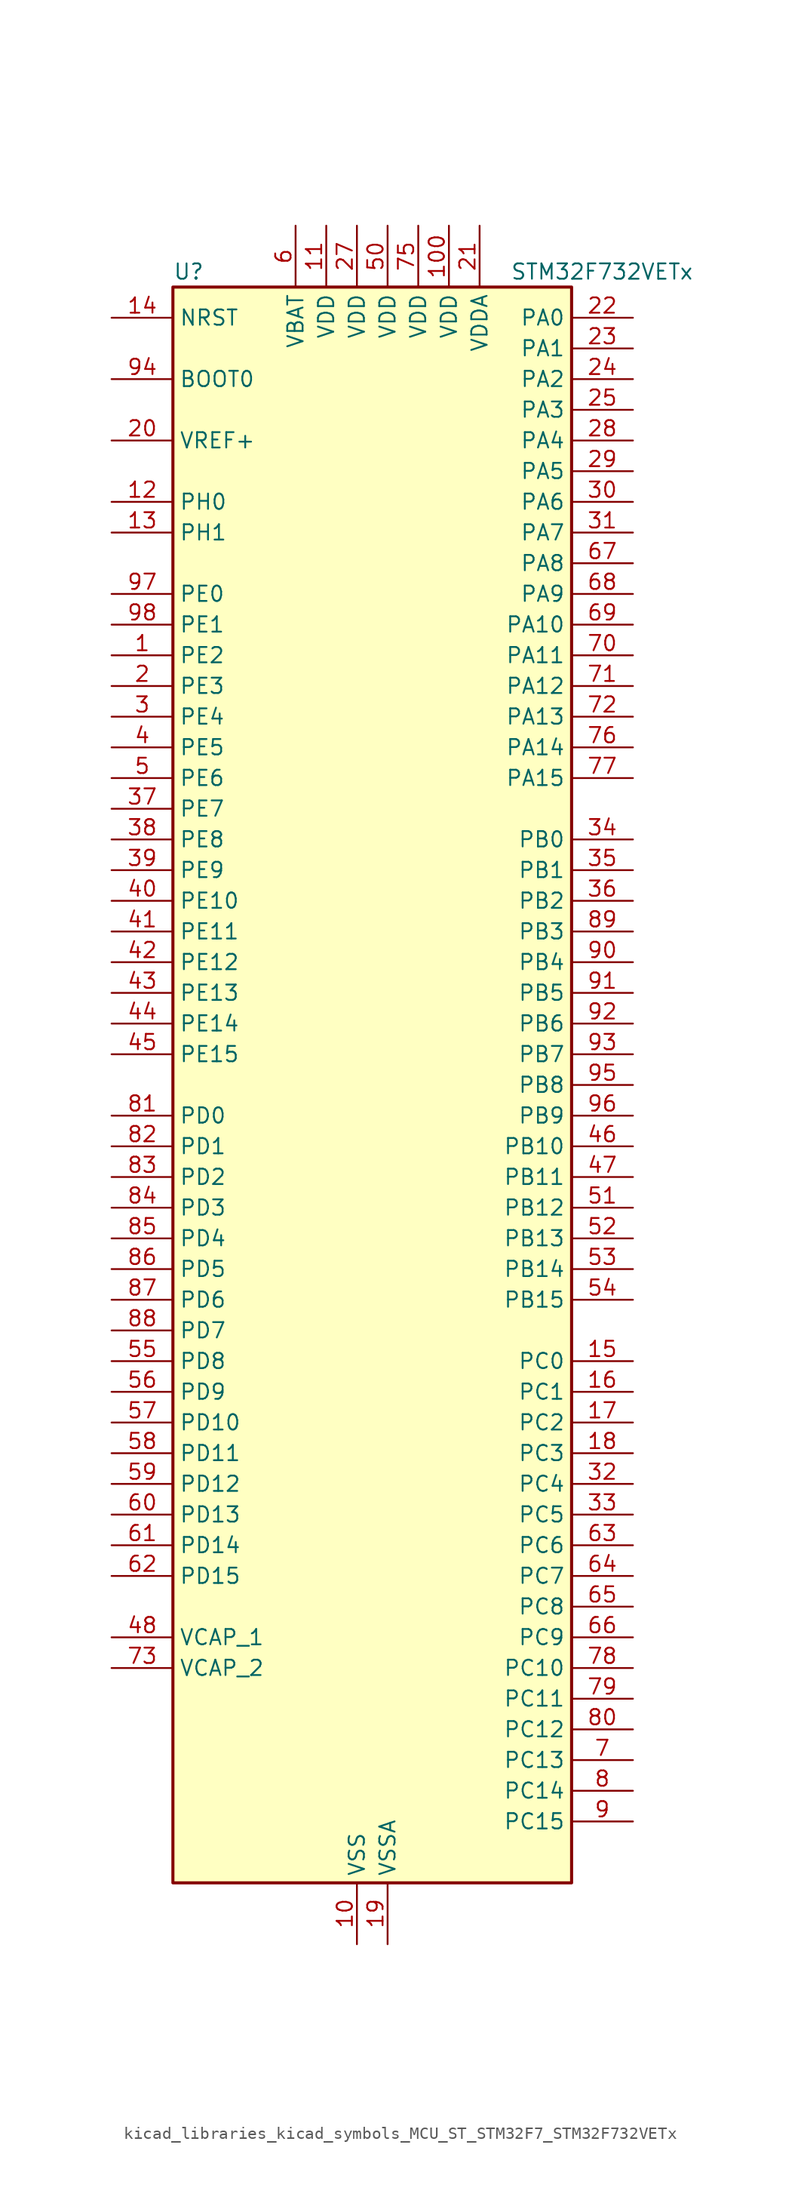
<source format=kicad_sym>
(kicad_symbol_lib
  (version 20220914)
  (generator kicad_symbol_editor)
  (symbol "kicad_libraries_kicad_symbols_MCU_ST_STM32F7_STM32F732VETx"
    (property "Reference" "U"
      (at -15.24 67.31 0)
      (effects (font (size 1.27 1.27)) (justify left)))
    (property "Value" "STM32F732VETx"
      (at 12.7 67.31 0)
      (effects (font (size 1.27 1.27)) (justify left)))
    (property "ki_locked" ""
      (at 0 0 0)
      (effects (font (size 1.27 1.27))))
    (symbol "kicad_libraries_kicad_symbols_MCU_ST_STM32F7_STM32F732VETx_0_1"
      (rectangle (start -15.24 -66.04) (end 17.78 66.04) (stroke (width 0.254) (type default)) (fill (type background))))
    (symbol "kicad_libraries_kicad_symbols_MCU_ST_STM32F7_STM32F732VETx_1_1"
      (pin bidirectional line (at -20.32 35.56 0) (length 5.08) (name "PE2" (effects (font (size 1.27 1.27)))) (number "1" (effects (font (size 1.27 1.27)))) (alternate "FMC_A23" bidirectional line) (alternate "QUADSPI_BK1_IO2" bidirectional line) (alternate "SAI1_MCLK_A" bidirectional line) (alternate "SPI4_SCK" bidirectional line) (alternate "SYS_TRACECLK" bidirectional line))
      (pin power_in line (at 0 -71.12 90) (length 5.08) (name "VSS" (effects (font (size 1.27 1.27)))) (number "10" (effects (font (size 1.27 1.27)))))
      (pin power_in line (at 7.62 71.12 270) (length 5.08) (name "VDD" (effects (font (size 1.27 1.27)))) (number "100" (effects (font (size 1.27 1.27)))))
      (pin power_in line (at -2.54 71.12 270) (length 5.08) (name "VDD" (effects (font (size 1.27 1.27)))) (number "11" (effects (font (size 1.27 1.27)))))
      (pin bidirectional line (at -20.32 48.26 0) (length 5.08) (name "PH0" (effects (font (size 1.27 1.27)))) (number "12" (effects (font (size 1.27 1.27)))) (alternate "RCC_OSC_IN" bidirectional line))
      (pin bidirectional line (at -20.32 45.72 0) (length 5.08) (name "PH1" (effects (font (size 1.27 1.27)))) (number "13" (effects (font (size 1.27 1.27)))) (alternate "RCC_OSC_OUT" bidirectional line))
      (pin input line (at -20.32 63.5 0) (length 5.08) (name "NRST" (effects (font (size 1.27 1.27)))) (number "14" (effects (font (size 1.27 1.27)))))
      (pin bidirectional line (at 22.86 -22.86 180) (length 5.08) (name "PC0" (effects (font (size 1.27 1.27)))) (number "15" (effects (font (size 1.27 1.27)))) (alternate "ADC1_IN10" bidirectional line) (alternate "ADC2_IN10" bidirectional line) (alternate "ADC3_IN10" bidirectional line) (alternate "FMC_SDNWE" bidirectional line) (alternate "SAI2_FS_B" bidirectional line) (alternate "USB_OTG_HS_ULPI_STP" bidirectional line))
      (pin bidirectional line (at 22.86 -25.4 180) (length 5.08) (name "PC1" (effects (font (size 1.27 1.27)))) (number "16" (effects (font (size 1.27 1.27)))) (alternate "ADC1_IN11" bidirectional line) (alternate "ADC2_IN11" bidirectional line) (alternate "ADC3_IN11" bidirectional line) (alternate "I2S2_SD" bidirectional line) (alternate "RTC_TAMP3" bidirectional line) (alternate "RTC_TS" bidirectional line) (alternate "SAI1_SD_A" bidirectional line) (alternate "SPI2_MOSI" bidirectional line) (alternate "SYS_TRACED0" bidirectional line) (alternate "SYS_WKUP3" bidirectional line))
      (pin bidirectional line (at 22.86 -27.94 180) (length 5.08) (name "PC2" (effects (font (size 1.27 1.27)))) (number "17" (effects (font (size 1.27 1.27)))) (alternate "ADC1_IN12" bidirectional line) (alternate "ADC2_IN12" bidirectional line) (alternate "ADC3_IN12" bidirectional line) (alternate "FMC_SDNE0" bidirectional line) (alternate "SPI2_MISO" bidirectional line) (alternate "USB_OTG_HS_ULPI_DIR" bidirectional line))
      (pin bidirectional line (at 22.86 -30.48 180) (length 5.08) (name "PC3" (effects (font (size 1.27 1.27)))) (number "18" (effects (font (size 1.27 1.27)))) (alternate "ADC1_IN13" bidirectional line) (alternate "ADC2_IN13" bidirectional line) (alternate "ADC3_IN13" bidirectional line) (alternate "FMC_SDCKE0" bidirectional line) (alternate "I2S2_SD" bidirectional line) (alternate "SPI2_MOSI" bidirectional line) (alternate "USB_OTG_HS_ULPI_NXT" bidirectional line))
      (pin power_in line (at 2.54 -71.12 90) (length 5.08) (name "VSSA" (effects (font (size 1.27 1.27)))) (number "19" (effects (font (size 1.27 1.27)))))
      (pin bidirectional line (at -20.32 33.02 0) (length 5.08) (name "PE3" (effects (font (size 1.27 1.27)))) (number "2" (effects (font (size 1.27 1.27)))) (alternate "FMC_A19" bidirectional line) (alternate "SAI1_SD_B" bidirectional line) (alternate "SYS_TRACED0" bidirectional line))
      (pin input line (at -20.32 53.34 0) (length 5.08) (name "VREF+" (effects (font (size 1.27 1.27)))) (number "20" (effects (font (size 1.27 1.27)))))
      (pin power_in line (at 10.16 71.12 270) (length 5.08) (name "VDDA" (effects (font (size 1.27 1.27)))) (number "21" (effects (font (size 1.27 1.27)))))
      (pin bidirectional line (at 22.86 63.5 180) (length 5.08) (name "PA0" (effects (font (size 1.27 1.27)))) (number "22" (effects (font (size 1.27 1.27)))) (alternate "ADC1_IN0" bidirectional line) (alternate "ADC2_IN0" bidirectional line) (alternate "ADC3_IN0" bidirectional line) (alternate "SAI2_SD_B" bidirectional line) (alternate "SYS_WKUP1" bidirectional line) (alternate "TIM2_CH1" bidirectional line) (alternate "TIM2_ETR" bidirectional line) (alternate "TIM5_CH1" bidirectional line) (alternate "TIM8_ETR" bidirectional line) (alternate "UART4_TX" bidirectional line) (alternate "USART2_CTS" bidirectional line))
      (pin bidirectional line (at 22.86 60.96 180) (length 5.08) (name "PA1" (effects (font (size 1.27 1.27)))) (number "23" (effects (font (size 1.27 1.27)))) (alternate "ADC1_IN1" bidirectional line) (alternate "ADC2_IN1" bidirectional line) (alternate "ADC3_IN1" bidirectional line) (alternate "QUADSPI_BK1_IO3" bidirectional line) (alternate "SAI2_MCLK_B" bidirectional line) (alternate "TIM2_CH2" bidirectional line) (alternate "TIM5_CH2" bidirectional line) (alternate "UART4_RX" bidirectional line) (alternate "USART2_DE" bidirectional line) (alternate "USART2_RTS" bidirectional line))
      (pin bidirectional line (at 22.86 58.42 180) (length 5.08) (name "PA2" (effects (font (size 1.27 1.27)))) (number "24" (effects (font (size 1.27 1.27)))) (alternate "ADC1_IN2" bidirectional line) (alternate "ADC2_IN2" bidirectional line) (alternate "ADC3_IN2" bidirectional line) (alternate "SAI2_SCK_B" bidirectional line) (alternate "SYS_WKUP2" bidirectional line) (alternate "TIM2_CH3" bidirectional line) (alternate "TIM5_CH3" bidirectional line) (alternate "TIM9_CH1" bidirectional line) (alternate "USART2_TX" bidirectional line))
      (pin bidirectional line (at 22.86 55.88 180) (length 5.08) (name "PA3" (effects (font (size 1.27 1.27)))) (number "25" (effects (font (size 1.27 1.27)))) (alternate "ADC1_IN3" bidirectional line) (alternate "ADC2_IN3" bidirectional line) (alternate "ADC3_IN3" bidirectional line) (alternate "TIM2_CH4" bidirectional line) (alternate "TIM5_CH4" bidirectional line) (alternate "TIM9_CH2" bidirectional line) (alternate "USART2_RX" bidirectional line) (alternate "USB_OTG_HS_ULPI_D0" bidirectional line))
      (pin passive line (at 0 -71.12 90) (length 5.08) hide (name "VSS" (effects (font (size 1.27 1.27)))) (number "26" (effects (font (size 1.27 1.27)))))
      (pin power_in line (at 0 71.12 270) (length 5.08) (name "VDD" (effects (font (size 1.27 1.27)))) (number "27" (effects (font (size 1.27 1.27)))))
      (pin bidirectional line (at 22.86 53.34 180) (length 5.08) (name "PA4" (effects (font (size 1.27 1.27)))) (number "28" (effects (font (size 1.27 1.27)))) (alternate "ADC1_IN4" bidirectional line) (alternate "ADC2_IN4" bidirectional line) (alternate "DAC_OUT1" bidirectional line) (alternate "I2S1_WS" bidirectional line) (alternate "I2S3_WS" bidirectional line) (alternate "SPI1_NSS" bidirectional line) (alternate "SPI3_NSS" bidirectional line) (alternate "USART2_CK" bidirectional line) (alternate "USB_OTG_HS_SOF" bidirectional line))
      (pin bidirectional line (at 22.86 50.8 180) (length 5.08) (name "PA5" (effects (font (size 1.27 1.27)))) (number "29" (effects (font (size 1.27 1.27)))) (alternate "ADC1_IN5" bidirectional line) (alternate "ADC2_IN5" bidirectional line) (alternate "DAC_OUT2" bidirectional line) (alternate "I2S1_CK" bidirectional line) (alternate "SPI1_SCK" bidirectional line) (alternate "TIM2_CH1" bidirectional line) (alternate "TIM2_ETR" bidirectional line) (alternate "TIM8_CH1N" bidirectional line) (alternate "USB_OTG_HS_ULPI_CK" bidirectional line))
      (pin bidirectional line (at -20.32 30.48 0) (length 5.08) (name "PE4" (effects (font (size 1.27 1.27)))) (number "3" (effects (font (size 1.27 1.27)))) (alternate "FMC_A20" bidirectional line) (alternate "SAI1_FS_A" bidirectional line) (alternate "SPI4_NSS" bidirectional line) (alternate "SYS_TRACED1" bidirectional line))
      (pin bidirectional line (at 22.86 48.26 180) (length 5.08) (name "PA6" (effects (font (size 1.27 1.27)))) (number "30" (effects (font (size 1.27 1.27)))) (alternate "ADC1_IN6" bidirectional line) (alternate "ADC2_IN6" bidirectional line) (alternate "SPI1_MISO" bidirectional line) (alternate "TIM13_CH1" bidirectional line) (alternate "TIM1_BKIN" bidirectional line) (alternate "TIM3_CH1" bidirectional line) (alternate "TIM8_BKIN" bidirectional line))
      (pin bidirectional line (at 22.86 45.72 180) (length 5.08) (name "PA7" (effects (font (size 1.27 1.27)))) (number "31" (effects (font (size 1.27 1.27)))) (alternate "ADC1_IN7" bidirectional line) (alternate "ADC2_IN7" bidirectional line) (alternate "FMC_SDNWE" bidirectional line) (alternate "I2S1_SD" bidirectional line) (alternate "SPI1_MOSI" bidirectional line) (alternate "TIM14_CH1" bidirectional line) (alternate "TIM1_CH1N" bidirectional line) (alternate "TIM3_CH2" bidirectional line) (alternate "TIM8_CH1N" bidirectional line))
      (pin bidirectional line (at 22.86 -33.02 180) (length 5.08) (name "PC4" (effects (font (size 1.27 1.27)))) (number "32" (effects (font (size 1.27 1.27)))) (alternate "ADC1_IN14" bidirectional line) (alternate "ADC2_IN14" bidirectional line) (alternate "FMC_SDNE0" bidirectional line) (alternate "I2S1_MCK" bidirectional line))
      (pin bidirectional line (at 22.86 -35.56 180) (length 5.08) (name "PC5" (effects (font (size 1.27 1.27)))) (number "33" (effects (font (size 1.27 1.27)))) (alternate "ADC1_IN15" bidirectional line) (alternate "ADC2_IN15" bidirectional line) (alternate "FMC_SDCKE0" bidirectional line))
      (pin bidirectional line (at 22.86 20.32 180) (length 5.08) (name "PB0" (effects (font (size 1.27 1.27)))) (number "34" (effects (font (size 1.27 1.27)))) (alternate "ADC1_IN8" bidirectional line) (alternate "ADC2_IN8" bidirectional line) (alternate "TIM1_CH2N" bidirectional line) (alternate "TIM3_CH3" bidirectional line) (alternate "TIM8_CH2N" bidirectional line) (alternate "UART4_CTS" bidirectional line) (alternate "USB_OTG_HS_ULPI_D1" bidirectional line))
      (pin bidirectional line (at 22.86 17.78 180) (length 5.08) (name "PB1" (effects (font (size 1.27 1.27)))) (number "35" (effects (font (size 1.27 1.27)))) (alternate "ADC1_IN9" bidirectional line) (alternate "ADC2_IN9" bidirectional line) (alternate "TIM1_CH3N" bidirectional line) (alternate "TIM3_CH4" bidirectional line) (alternate "TIM8_CH3N" bidirectional line) (alternate "USB_OTG_HS_ULPI_D2" bidirectional line))
      (pin bidirectional line (at 22.86 15.24 180) (length 5.08) (name "PB2" (effects (font (size 1.27 1.27)))) (number "36" (effects (font (size 1.27 1.27)))) (alternate "I2S3_SD" bidirectional line) (alternate "QUADSPI_CLK" bidirectional line) (alternate "SAI1_SD_A" bidirectional line) (alternate "SPI3_MOSI" bidirectional line))
      (pin bidirectional line (at -20.32 22.86 0) (length 5.08) (name "PE7" (effects (font (size 1.27 1.27)))) (number "37" (effects (font (size 1.27 1.27)))) (alternate "FMC_D4" bidirectional line) (alternate "FMC_DA4" bidirectional line) (alternate "QUADSPI_BK2_IO0" bidirectional line) (alternate "TIM1_ETR" bidirectional line) (alternate "UART7_RX" bidirectional line))
      (pin bidirectional line (at -20.32 20.32 0) (length 5.08) (name "PE8" (effects (font (size 1.27 1.27)))) (number "38" (effects (font (size 1.27 1.27)))) (alternate "FMC_D5" bidirectional line) (alternate "FMC_DA5" bidirectional line) (alternate "QUADSPI_BK2_IO1" bidirectional line) (alternate "TIM1_CH1N" bidirectional line) (alternate "UART7_TX" bidirectional line))
      (pin bidirectional line (at -20.32 17.78 0) (length 5.08) (name "PE9" (effects (font (size 1.27 1.27)))) (number "39" (effects (font (size 1.27 1.27)))) (alternate "DAC_EXTI9" bidirectional line) (alternate "FMC_D6" bidirectional line) (alternate "FMC_DA6" bidirectional line) (alternate "QUADSPI_BK2_IO2" bidirectional line) (alternate "TIM1_CH1" bidirectional line) (alternate "UART7_DE" bidirectional line) (alternate "UART7_RTS" bidirectional line))
      (pin bidirectional line (at -20.32 27.94 0) (length 5.08) (name "PE5" (effects (font (size 1.27 1.27)))) (number "4" (effects (font (size 1.27 1.27)))) (alternate "FMC_A21" bidirectional line) (alternate "SAI1_SCK_A" bidirectional line) (alternate "SPI4_MISO" bidirectional line) (alternate "SYS_TRACED2" bidirectional line) (alternate "TIM9_CH1" bidirectional line))
      (pin bidirectional line (at -20.32 15.24 0) (length 5.08) (name "PE10" (effects (font (size 1.27 1.27)))) (number "40" (effects (font (size 1.27 1.27)))) (alternate "FMC_D7" bidirectional line) (alternate "FMC_DA7" bidirectional line) (alternate "QUADSPI_BK2_IO3" bidirectional line) (alternate "TIM1_CH2N" bidirectional line) (alternate "UART7_CTS" bidirectional line))
      (pin bidirectional line (at -20.32 12.7 0) (length 5.08) (name "PE11" (effects (font (size 1.27 1.27)))) (number "41" (effects (font (size 1.27 1.27)))) (alternate "ADC1_EXTI11" bidirectional line) (alternate "ADC2_EXTI11" bidirectional line) (alternate "ADC3_EXTI11" bidirectional line) (alternate "FMC_D8" bidirectional line) (alternate "FMC_DA8" bidirectional line) (alternate "SAI2_SD_B" bidirectional line) (alternate "SPI4_NSS" bidirectional line) (alternate "TIM1_CH2" bidirectional line))
      (pin bidirectional line (at -20.32 10.16 0) (length 5.08) (name "PE12" (effects (font (size 1.27 1.27)))) (number "42" (effects (font (size 1.27 1.27)))) (alternate "FMC_D9" bidirectional line) (alternate "FMC_DA9" bidirectional line) (alternate "SAI2_SCK_B" bidirectional line) (alternate "SPI4_SCK" bidirectional line) (alternate "TIM1_CH3N" bidirectional line))
      (pin bidirectional line (at -20.32 7.62 0) (length 5.08) (name "PE13" (effects (font (size 1.27 1.27)))) (number "43" (effects (font (size 1.27 1.27)))) (alternate "FMC_D10" bidirectional line) (alternate "FMC_DA10" bidirectional line) (alternate "SAI2_FS_B" bidirectional line) (alternate "SPI4_MISO" bidirectional line) (alternate "TIM1_CH3" bidirectional line))
      (pin bidirectional line (at -20.32 5.08 0) (length 5.08) (name "PE14" (effects (font (size 1.27 1.27)))) (number "44" (effects (font (size 1.27 1.27)))) (alternate "FMC_D11" bidirectional line) (alternate "FMC_DA11" bidirectional line) (alternate "SAI2_MCLK_B" bidirectional line) (alternate "SPI4_MOSI" bidirectional line) (alternate "TIM1_CH4" bidirectional line))
      (pin bidirectional line (at -20.32 2.54 0) (length 5.08) (name "PE15" (effects (font (size 1.27 1.27)))) (number "45" (effects (font (size 1.27 1.27)))) (alternate "FMC_D12" bidirectional line) (alternate "FMC_DA12" bidirectional line) (alternate "TIM1_BKIN" bidirectional line))
      (pin bidirectional line (at 22.86 -5.08 180) (length 5.08) (name "PB10" (effects (font (size 1.27 1.27)))) (number "46" (effects (font (size 1.27 1.27)))) (alternate "I2C2_SCL" bidirectional line) (alternate "I2S2_CK" bidirectional line) (alternate "SPI2_SCK" bidirectional line) (alternate "TIM2_CH3" bidirectional line) (alternate "USART3_TX" bidirectional line) (alternate "USB_OTG_HS_ULPI_D3" bidirectional line))
      (pin bidirectional line (at 22.86 -7.62 180) (length 5.08) (name "PB11" (effects (font (size 1.27 1.27)))) (number "47" (effects (font (size 1.27 1.27)))) (alternate "ADC1_EXTI11" bidirectional line) (alternate "ADC2_EXTI11" bidirectional line) (alternate "ADC3_EXTI11" bidirectional line) (alternate "I2C2_SDA" bidirectional line) (alternate "TIM2_CH4" bidirectional line) (alternate "USART3_RX" bidirectional line) (alternate "USB_OTG_HS_ULPI_D4" bidirectional line))
      (pin power_out line (at -20.32 -45.72 0) (length 5.08) (name "VCAP_1" (effects (font (size 1.27 1.27)))) (number "48" (effects (font (size 1.27 1.27)))))
      (pin passive line (at 0 -71.12 90) (length 5.08) hide (name "VSS" (effects (font (size 1.27 1.27)))) (number "49" (effects (font (size 1.27 1.27)))))
      (pin bidirectional line (at -20.32 25.4 0) (length 5.08) (name "PE6" (effects (font (size 1.27 1.27)))) (number "5" (effects (font (size 1.27 1.27)))) (alternate "FMC_A22" bidirectional line) (alternate "SAI1_SD_A" bidirectional line) (alternate "SAI2_MCLK_B" bidirectional line) (alternate "SPI4_MOSI" bidirectional line) (alternate "SYS_TRACED3" bidirectional line) (alternate "TIM1_BKIN2" bidirectional line) (alternate "TIM9_CH2" bidirectional line))
      (pin power_in line (at 2.54 71.12 270) (length 5.08) (name "VDD" (effects (font (size 1.27 1.27)))) (number "50" (effects (font (size 1.27 1.27)))))
      (pin bidirectional line (at 22.86 -10.16 180) (length 5.08) (name "PB12" (effects (font (size 1.27 1.27)))) (number "51" (effects (font (size 1.27 1.27)))) (alternate "I2C2_SMBA" bidirectional line) (alternate "I2S2_WS" bidirectional line) (alternate "SPI2_NSS" bidirectional line) (alternate "TIM1_BKIN" bidirectional line) (alternate "USART3_CK" bidirectional line) (alternate "USB_OTG_HS_ID" bidirectional line) (alternate "USB_OTG_HS_ULPI_D5" bidirectional line))
      (pin bidirectional line (at 22.86 -12.7 180) (length 5.08) (name "PB13" (effects (font (size 1.27 1.27)))) (number "52" (effects (font (size 1.27 1.27)))) (alternate "I2S2_CK" bidirectional line) (alternate "SPI2_SCK" bidirectional line) (alternate "TIM1_CH1N" bidirectional line) (alternate "USART3_CTS" bidirectional line) (alternate "USB_OTG_HS_ULPI_D6" bidirectional line) (alternate "USB_OTG_HS_VBUS" bidirectional line))
      (pin bidirectional line (at 22.86 -15.24 180) (length 5.08) (name "PB14" (effects (font (size 1.27 1.27)))) (number "53" (effects (font (size 1.27 1.27)))) (alternate "SDMMC2_D0" bidirectional line) (alternate "SPI2_MISO" bidirectional line) (alternate "TIM12_CH1" bidirectional line) (alternate "TIM1_CH2N" bidirectional line) (alternate "TIM8_CH2N" bidirectional line) (alternate "USART3_DE" bidirectional line) (alternate "USART3_RTS" bidirectional line) (alternate "USB_OTG_HS_DM" bidirectional line))
      (pin bidirectional line (at 22.86 -17.78 180) (length 5.08) (name "PB15" (effects (font (size 1.27 1.27)))) (number "54" (effects (font (size 1.27 1.27)))) (alternate "I2S2_SD" bidirectional line) (alternate "RTC_REFIN" bidirectional line) (alternate "SDMMC2_D1" bidirectional line) (alternate "SPI2_MOSI" bidirectional line) (alternate "TIM12_CH2" bidirectional line) (alternate "TIM1_CH3N" bidirectional line) (alternate "TIM8_CH3N" bidirectional line) (alternate "USB_OTG_HS_DP" bidirectional line))
      (pin bidirectional line (at -20.32 -22.86 0) (length 5.08) (name "PD8" (effects (font (size 1.27 1.27)))) (number "55" (effects (font (size 1.27 1.27)))) (alternate "FMC_D13" bidirectional line) (alternate "FMC_DA13" bidirectional line) (alternate "USART3_TX" bidirectional line))
      (pin bidirectional line (at -20.32 -25.4 0) (length 5.08) (name "PD9" (effects (font (size 1.27 1.27)))) (number "56" (effects (font (size 1.27 1.27)))) (alternate "DAC_EXTI9" bidirectional line) (alternate "FMC_D14" bidirectional line) (alternate "FMC_DA14" bidirectional line) (alternate "USART3_RX" bidirectional line))
      (pin bidirectional line (at -20.32 -27.94 0) (length 5.08) (name "PD10" (effects (font (size 1.27 1.27)))) (number "57" (effects (font (size 1.27 1.27)))) (alternate "FMC_D15" bidirectional line) (alternate "FMC_DA15" bidirectional line) (alternate "USART3_CK" bidirectional line))
      (pin bidirectional line (at -20.32 -30.48 0) (length 5.08) (name "PD11" (effects (font (size 1.27 1.27)))) (number "58" (effects (font (size 1.27 1.27)))) (alternate "ADC1_EXTI11" bidirectional line) (alternate "ADC2_EXTI11" bidirectional line) (alternate "ADC3_EXTI11" bidirectional line) (alternate "FMC_A16" bidirectional line) (alternate "FMC_CLE" bidirectional line) (alternate "QUADSPI_BK1_IO0" bidirectional line) (alternate "SAI2_SD_A" bidirectional line) (alternate "USART3_CTS" bidirectional line))
      (pin bidirectional line (at -20.32 -33.02 0) (length 5.08) (name "PD12" (effects (font (size 1.27 1.27)))) (number "59" (effects (font (size 1.27 1.27)))) (alternate "FMC_A17" bidirectional line) (alternate "FMC_ALE" bidirectional line) (alternate "LPTIM1_IN1" bidirectional line) (alternate "QUADSPI_BK1_IO1" bidirectional line) (alternate "SAI2_FS_A" bidirectional line) (alternate "TIM4_CH1" bidirectional line) (alternate "USART3_DE" bidirectional line) (alternate "USART3_RTS" bidirectional line))
      (pin power_in line (at -5.08 71.12 270) (length 5.08) (name "VBAT" (effects (font (size 1.27 1.27)))) (number "6" (effects (font (size 1.27 1.27)))))
      (pin bidirectional line (at -20.32 -35.56 0) (length 5.08) (name "PD13" (effects (font (size 1.27 1.27)))) (number "60" (effects (font (size 1.27 1.27)))) (alternate "FMC_A18" bidirectional line) (alternate "LPTIM1_OUT" bidirectional line) (alternate "QUADSPI_BK1_IO3" bidirectional line) (alternate "SAI2_SCK_A" bidirectional line) (alternate "TIM4_CH2" bidirectional line))
      (pin bidirectional line (at -20.32 -38.1 0) (length 5.08) (name "PD14" (effects (font (size 1.27 1.27)))) (number "61" (effects (font (size 1.27 1.27)))) (alternate "FMC_D0" bidirectional line) (alternate "FMC_DA0" bidirectional line) (alternate "TIM4_CH3" bidirectional line) (alternate "UART8_CTS" bidirectional line))
      (pin bidirectional line (at -20.32 -40.64 0) (length 5.08) (name "PD15" (effects (font (size 1.27 1.27)))) (number "62" (effects (font (size 1.27 1.27)))) (alternate "FMC_D1" bidirectional line) (alternate "FMC_DA1" bidirectional line) (alternate "TIM4_CH4" bidirectional line) (alternate "UART8_DE" bidirectional line) (alternate "UART8_RTS" bidirectional line))
      (pin bidirectional line (at 22.86 -38.1 180) (length 5.08) (name "PC6" (effects (font (size 1.27 1.27)))) (number "63" (effects (font (size 1.27 1.27)))) (alternate "I2S2_MCK" bidirectional line) (alternate "SDMMC1_D6" bidirectional line) (alternate "SDMMC2_D6" bidirectional line) (alternate "TIM3_CH1" bidirectional line) (alternate "TIM8_CH1" bidirectional line) (alternate "USART6_TX" bidirectional line))
      (pin bidirectional line (at 22.86 -40.64 180) (length 5.08) (name "PC7" (effects (font (size 1.27 1.27)))) (number "64" (effects (font (size 1.27 1.27)))) (alternate "I2S3_MCK" bidirectional line) (alternate "SDMMC1_D7" bidirectional line) (alternate "SDMMC2_D7" bidirectional line) (alternate "TIM3_CH2" bidirectional line) (alternate "TIM8_CH2" bidirectional line) (alternate "USART6_RX" bidirectional line))
      (pin bidirectional line (at 22.86 -43.18 180) (length 5.08) (name "PC8" (effects (font (size 1.27 1.27)))) (number "65" (effects (font (size 1.27 1.27)))) (alternate "SDMMC1_D0" bidirectional line) (alternate "SYS_TRACED1" bidirectional line) (alternate "TIM3_CH3" bidirectional line) (alternate "TIM8_CH3" bidirectional line) (alternate "UART5_DE" bidirectional line) (alternate "UART5_RTS" bidirectional line) (alternate "USART6_CK" bidirectional line))
      (pin bidirectional line (at 22.86 -45.72 180) (length 5.08) (name "PC9" (effects (font (size 1.27 1.27)))) (number "66" (effects (font (size 1.27 1.27)))) (alternate "DAC_EXTI9" bidirectional line) (alternate "I2C3_SDA" bidirectional line) (alternate "I2S_CKIN" bidirectional line) (alternate "QUADSPI_BK1_IO0" bidirectional line) (alternate "RCC_MCO_2" bidirectional line) (alternate "SDMMC1_D1" bidirectional line) (alternate "TIM3_CH4" bidirectional line) (alternate "TIM8_CH4" bidirectional line) (alternate "UART5_CTS" bidirectional line))
      (pin bidirectional line (at 22.86 43.18 180) (length 5.08) (name "PA8" (effects (font (size 1.27 1.27)))) (number "67" (effects (font (size 1.27 1.27)))) (alternate "I2C3_SCL" bidirectional line) (alternate "RCC_MCO_1" bidirectional line) (alternate "TIM1_CH1" bidirectional line) (alternate "TIM8_BKIN2" bidirectional line) (alternate "USART1_CK" bidirectional line) (alternate "USB_OTG_FS_SOF" bidirectional line))
      (pin bidirectional line (at 22.86 40.64 180) (length 5.08) (name "PA9" (effects (font (size 1.27 1.27)))) (number "68" (effects (font (size 1.27 1.27)))) (alternate "DAC_EXTI9" bidirectional line) (alternate "I2C3_SMBA" bidirectional line) (alternate "I2S2_CK" bidirectional line) (alternate "SPI2_SCK" bidirectional line) (alternate "TIM1_CH2" bidirectional line) (alternate "USART1_TX" bidirectional line) (alternate "USB_OTG_FS_VBUS" bidirectional line))
      (pin bidirectional line (at 22.86 38.1 180) (length 5.08) (name "PA10" (effects (font (size 1.27 1.27)))) (number "69" (effects (font (size 1.27 1.27)))) (alternate "TIM1_CH3" bidirectional line) (alternate "USART1_RX" bidirectional line) (alternate "USB_OTG_FS_ID" bidirectional line))
      (pin bidirectional line (at 22.86 -55.88 180) (length 5.08) (name "PC13" (effects (font (size 1.27 1.27)))) (number "7" (effects (font (size 1.27 1.27)))) (alternate "RTC_OUT" bidirectional line) (alternate "RTC_TAMP1" bidirectional line) (alternate "RTC_TS" bidirectional line) (alternate "SYS_WKUP4" bidirectional line))
      (pin bidirectional line (at 22.86 35.56 180) (length 5.08) (name "PA11" (effects (font (size 1.27 1.27)))) (number "70" (effects (font (size 1.27 1.27)))) (alternate "ADC1_EXTI11" bidirectional line) (alternate "ADC2_EXTI11" bidirectional line) (alternate "ADC3_EXTI11" bidirectional line) (alternate "CAN1_RX" bidirectional line) (alternate "TIM1_CH4" bidirectional line) (alternate "USART1_CTS" bidirectional line) (alternate "USB_OTG_FS_DM" bidirectional line))
      (pin bidirectional line (at 22.86 33.02 180) (length 5.08) (name "PA12" (effects (font (size 1.27 1.27)))) (number "71" (effects (font (size 1.27 1.27)))) (alternate "CAN1_TX" bidirectional line) (alternate "SAI2_FS_B" bidirectional line) (alternate "TIM1_ETR" bidirectional line) (alternate "USART1_DE" bidirectional line) (alternate "USART1_RTS" bidirectional line) (alternate "USB_OTG_FS_DP" bidirectional line))
      (pin bidirectional line (at 22.86 30.48 180) (length 5.08) (name "PA13" (effects (font (size 1.27 1.27)))) (number "72" (effects (font (size 1.27 1.27)))) (alternate "SYS_JTMS-SWDIO" bidirectional line))
      (pin power_out line (at -20.32 -48.26 0) (length 5.08) (name "VCAP_2" (effects (font (size 1.27 1.27)))) (number "73" (effects (font (size 1.27 1.27)))))
      (pin passive line (at 0 -71.12 90) (length 5.08) hide (name "VSS" (effects (font (size 1.27 1.27)))) (number "74" (effects (font (size 1.27 1.27)))))
      (pin power_in line (at 5.08 71.12 270) (length 5.08) (name "VDD" (effects (font (size 1.27 1.27)))) (number "75" (effects (font (size 1.27 1.27)))))
      (pin bidirectional line (at 22.86 27.94 180) (length 5.08) (name "PA14" (effects (font (size 1.27 1.27)))) (number "76" (effects (font (size 1.27 1.27)))) (alternate "SYS_JTCK-SWCLK" bidirectional line))
      (pin bidirectional line (at 22.86 25.4 180) (length 5.08) (name "PA15" (effects (font (size 1.27 1.27)))) (number "77" (effects (font (size 1.27 1.27)))) (alternate "I2S1_WS" bidirectional line) (alternate "I2S3_WS" bidirectional line) (alternate "SPI1_NSS" bidirectional line) (alternate "SPI3_NSS" bidirectional line) (alternate "SYS_JTDI" bidirectional line) (alternate "TIM2_CH1" bidirectional line) (alternate "TIM2_ETR" bidirectional line) (alternate "UART4_DE" bidirectional line) (alternate "UART4_RTS" bidirectional line))
      (pin bidirectional line (at 22.86 -48.26 180) (length 5.08) (name "PC10" (effects (font (size 1.27 1.27)))) (number "78" (effects (font (size 1.27 1.27)))) (alternate "I2S3_CK" bidirectional line) (alternate "QUADSPI_BK1_IO1" bidirectional line) (alternate "SDMMC1_D2" bidirectional line) (alternate "SPI3_SCK" bidirectional line) (alternate "UART4_TX" bidirectional line) (alternate "USART3_TX" bidirectional line))
      (pin bidirectional line (at 22.86 -50.8 180) (length 5.08) (name "PC11" (effects (font (size 1.27 1.27)))) (number "79" (effects (font (size 1.27 1.27)))) (alternate "ADC1_EXTI11" bidirectional line) (alternate "ADC2_EXTI11" bidirectional line) (alternate "ADC3_EXTI11" bidirectional line) (alternate "QUADSPI_BK2_NCS" bidirectional line) (alternate "SDMMC1_D3" bidirectional line) (alternate "SPI3_MISO" bidirectional line) (alternate "UART4_RX" bidirectional line) (alternate "USART3_RX" bidirectional line))
      (pin bidirectional line (at 22.86 -58.42 180) (length 5.08) (name "PC14" (effects (font (size 1.27 1.27)))) (number "8" (effects (font (size 1.27 1.27)))) (alternate "RCC_OSC32_IN" bidirectional line))
      (pin bidirectional line (at 22.86 -53.34 180) (length 5.08) (name "PC12" (effects (font (size 1.27 1.27)))) (number "80" (effects (font (size 1.27 1.27)))) (alternate "I2S3_SD" bidirectional line) (alternate "SDMMC1_CK" bidirectional line) (alternate "SPI3_MOSI" bidirectional line) (alternate "SYS_TRACED3" bidirectional line) (alternate "UART5_TX" bidirectional line) (alternate "USART3_CK" bidirectional line))
      (pin bidirectional line (at -20.32 -2.54 0) (length 5.08) (name "PD0" (effects (font (size 1.27 1.27)))) (number "81" (effects (font (size 1.27 1.27)))) (alternate "CAN1_RX" bidirectional line) (alternate "FMC_D2" bidirectional line) (alternate "FMC_DA2" bidirectional line))
      (pin bidirectional line (at -20.32 -5.08 0) (length 5.08) (name "PD1" (effects (font (size 1.27 1.27)))) (number "82" (effects (font (size 1.27 1.27)))) (alternate "CAN1_TX" bidirectional line) (alternate "FMC_D3" bidirectional line) (alternate "FMC_DA3" bidirectional line))
      (pin bidirectional line (at -20.32 -7.62 0) (length 5.08) (name "PD2" (effects (font (size 1.27 1.27)))) (number "83" (effects (font (size 1.27 1.27)))) (alternate "SDMMC1_CMD" bidirectional line) (alternate "SYS_TRACED2" bidirectional line) (alternate "TIM3_ETR" bidirectional line) (alternate "UART5_RX" bidirectional line))
      (pin bidirectional line (at -20.32 -10.16 0) (length 5.08) (name "PD3" (effects (font (size 1.27 1.27)))) (number "84" (effects (font (size 1.27 1.27)))) (alternate "FMC_CLK" bidirectional line) (alternate "I2S2_CK" bidirectional line) (alternate "SPI2_SCK" bidirectional line) (alternate "USART2_CTS" bidirectional line))
      (pin bidirectional line (at -20.32 -12.7 0) (length 5.08) (name "PD4" (effects (font (size 1.27 1.27)))) (number "85" (effects (font (size 1.27 1.27)))) (alternate "FMC_NOE" bidirectional line) (alternate "USART2_DE" bidirectional line) (alternate "USART2_RTS" bidirectional line))
      (pin bidirectional line (at -20.32 -15.24 0) (length 5.08) (name "PD5" (effects (font (size 1.27 1.27)))) (number "86" (effects (font (size 1.27 1.27)))) (alternate "FMC_NWE" bidirectional line) (alternate "USART2_TX" bidirectional line))
      (pin bidirectional line (at -20.32 -17.78 0) (length 5.08) (name "PD6" (effects (font (size 1.27 1.27)))) (number "87" (effects (font (size 1.27 1.27)))) (alternate "FMC_NWAIT" bidirectional line) (alternate "I2S3_SD" bidirectional line) (alternate "SAI1_SD_A" bidirectional line) (alternate "SDMMC2_CK" bidirectional line) (alternate "SPI3_MOSI" bidirectional line) (alternate "USART2_RX" bidirectional line))
      (pin bidirectional line (at -20.32 -20.32 0) (length 5.08) (name "PD7" (effects (font (size 1.27 1.27)))) (number "88" (effects (font (size 1.27 1.27)))) (alternate "FMC_NE1" bidirectional line) (alternate "SDMMC2_CMD" bidirectional line) (alternate "USART2_CK" bidirectional line))
      (pin bidirectional line (at 22.86 12.7 180) (length 5.08) (name "PB3" (effects (font (size 1.27 1.27)))) (number "89" (effects (font (size 1.27 1.27)))) (alternate "I2S1_CK" bidirectional line) (alternate "I2S3_CK" bidirectional line) (alternate "SDMMC2_D2" bidirectional line) (alternate "SPI1_SCK" bidirectional line) (alternate "SPI3_SCK" bidirectional line) (alternate "SYS_JTDO-SWO" bidirectional line) (alternate "TIM2_CH2" bidirectional line))
      (pin bidirectional line (at 22.86 -60.96 180) (length 5.08) (name "PC15" (effects (font (size 1.27 1.27)))) (number "9" (effects (font (size 1.27 1.27)))) (alternate "RCC_OSC32_OUT" bidirectional line))
      (pin bidirectional line (at 22.86 10.16 180) (length 5.08) (name "PB4" (effects (font (size 1.27 1.27)))) (number "90" (effects (font (size 1.27 1.27)))) (alternate "I2S2_WS" bidirectional line) (alternate "SDMMC2_D3" bidirectional line) (alternate "SPI1_MISO" bidirectional line) (alternate "SPI2_NSS" bidirectional line) (alternate "SPI3_MISO" bidirectional line) (alternate "SYS_JTRST" bidirectional line) (alternate "TIM3_CH1" bidirectional line))
      (pin bidirectional line (at 22.86 7.62 180) (length 5.08) (name "PB5" (effects (font (size 1.27 1.27)))) (number "91" (effects (font (size 1.27 1.27)))) (alternate "FMC_SDCKE1" bidirectional line) (alternate "I2C1_SMBA" bidirectional line) (alternate "I2S1_SD" bidirectional line) (alternate "I2S3_SD" bidirectional line) (alternate "SPI1_MOSI" bidirectional line) (alternate "SPI3_MOSI" bidirectional line) (alternate "TIM3_CH2" bidirectional line) (alternate "USB_OTG_HS_ULPI_D7" bidirectional line))
      (pin bidirectional line (at 22.86 5.08 180) (length 5.08) (name "PB6" (effects (font (size 1.27 1.27)))) (number "92" (effects (font (size 1.27 1.27)))) (alternate "FMC_SDNE1" bidirectional line) (alternate "I2C1_SCL" bidirectional line) (alternate "QUADSPI_BK1_NCS" bidirectional line) (alternate "TIM4_CH1" bidirectional line) (alternate "USART1_TX" bidirectional line))
      (pin bidirectional line (at 22.86 2.54 180) (length 5.08) (name "PB7" (effects (font (size 1.27 1.27)))) (number "93" (effects (font (size 1.27 1.27)))) (alternate "FMC_NL" bidirectional line) (alternate "I2C1_SDA" bidirectional line) (alternate "TIM4_CH2" bidirectional line) (alternate "USART1_RX" bidirectional line))
      (pin input line (at -20.32 58.42 0) (length 5.08) (name "BOOT0" (effects (font (size 1.27 1.27)))) (number "94" (effects (font (size 1.27 1.27)))))
      (pin bidirectional line (at 22.86 0 180) (length 5.08) (name "PB8" (effects (font (size 1.27 1.27)))) (number "95" (effects (font (size 1.27 1.27)))) (alternate "CAN1_RX" bidirectional line) (alternate "I2C1_SCL" bidirectional line) (alternate "SDMMC1_D4" bidirectional line) (alternate "SDMMC2_D4" bidirectional line) (alternate "TIM10_CH1" bidirectional line) (alternate "TIM4_CH3" bidirectional line))
      (pin bidirectional line (at 22.86 -2.54 180) (length 5.08) (name "PB9" (effects (font (size 1.27 1.27)))) (number "96" (effects (font (size 1.27 1.27)))) (alternate "CAN1_TX" bidirectional line) (alternate "DAC_EXTI9" bidirectional line) (alternate "I2C1_SDA" bidirectional line) (alternate "I2S2_WS" bidirectional line) (alternate "SDMMC1_D5" bidirectional line) (alternate "SDMMC2_D5" bidirectional line) (alternate "SPI2_NSS" bidirectional line) (alternate "TIM11_CH1" bidirectional line) (alternate "TIM4_CH4" bidirectional line))
      (pin bidirectional line (at -20.32 40.64 0) (length 5.08) (name "PE0" (effects (font (size 1.27 1.27)))) (number "97" (effects (font (size 1.27 1.27)))) (alternate "FMC_NBL0" bidirectional line) (alternate "LPTIM1_ETR" bidirectional line) (alternate "SAI2_MCLK_A" bidirectional line) (alternate "TIM4_ETR" bidirectional line) (alternate "UART8_RX" bidirectional line))
      (pin bidirectional line (at -20.32 38.1 0) (length 5.08) (name "PE1" (effects (font (size 1.27 1.27)))) (number "98" (effects (font (size 1.27 1.27)))) (alternate "FMC_NBL1" bidirectional line) (alternate "LPTIM1_IN2" bidirectional line) (alternate "UART8_TX" bidirectional line))
      (pin passive line (at 0 -71.12 90) (length 5.08) hide (name "VSS" (effects (font (size 1.27 1.27)))) (number "99" (effects (font (size 1.27 1.27))))))))
</source>
